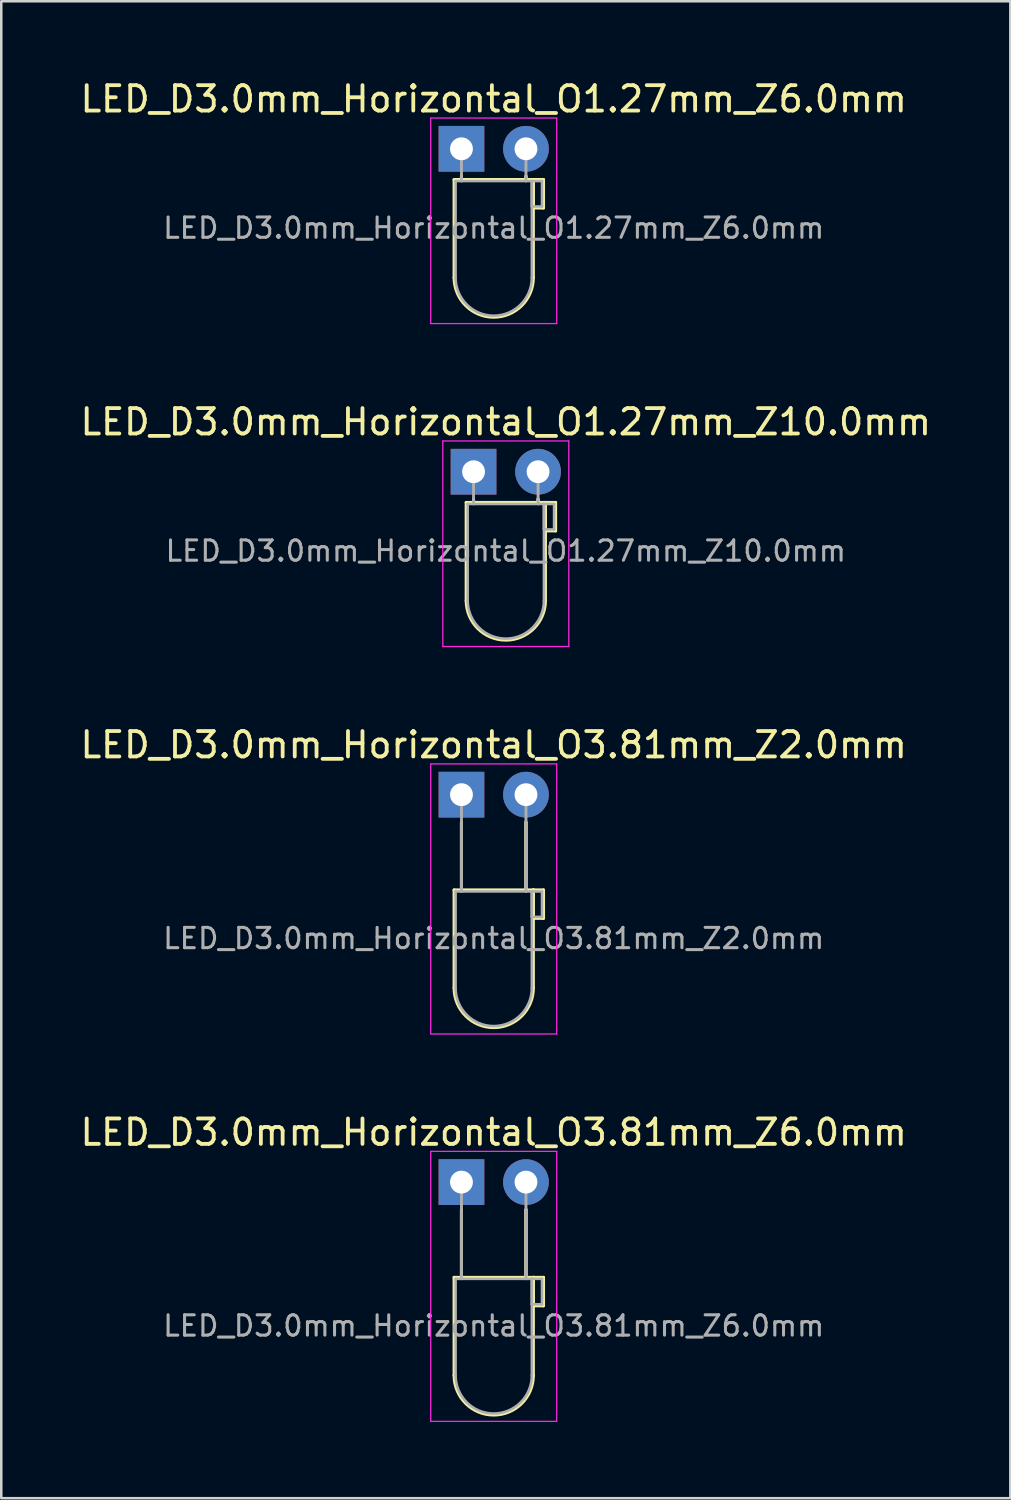
<source format=kicad_pcb>
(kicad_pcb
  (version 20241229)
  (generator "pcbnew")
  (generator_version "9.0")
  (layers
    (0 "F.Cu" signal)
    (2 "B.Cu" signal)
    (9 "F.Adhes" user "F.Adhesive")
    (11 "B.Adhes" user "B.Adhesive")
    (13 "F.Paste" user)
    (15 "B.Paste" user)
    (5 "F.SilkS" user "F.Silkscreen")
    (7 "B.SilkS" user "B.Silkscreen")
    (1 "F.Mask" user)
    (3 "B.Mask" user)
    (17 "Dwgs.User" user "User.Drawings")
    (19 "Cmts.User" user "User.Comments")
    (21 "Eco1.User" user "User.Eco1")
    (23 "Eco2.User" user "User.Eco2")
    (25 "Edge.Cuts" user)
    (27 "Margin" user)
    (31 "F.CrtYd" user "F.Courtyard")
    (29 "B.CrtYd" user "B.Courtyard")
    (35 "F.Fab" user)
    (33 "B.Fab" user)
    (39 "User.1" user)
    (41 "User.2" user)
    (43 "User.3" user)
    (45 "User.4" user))
  (footprint "LED_D3.0mm_Horizontal_O1.27mm_Z6.0mm"
    (layer "F.Cu")
    (at 15.117 2.808)
    (property "Reference" "LED_D3.0mm_Horizontal_O1.27mm_Z6.0mm" (at 1.27 -1.96 0) (layer "F.SilkS") (effects (font (size 1 1) (thickness 0.15))))
    (attr through_hole)
    (fp_line (start -0.29 1.21) (end -0.29 5.07) (stroke (width 0.12) (type solid)) (layer "F.SilkS"))
    (fp_line (start -0.29 1.21) (end 2.83 1.21) (stroke (width 0.12) (type solid)) (layer "F.SilkS"))
    (fp_line (start 0 1.08) (end 0 1.21) (stroke (width 0.12) (type solid)) (layer "F.SilkS"))
    (fp_line (start 0 1.21) (end 0 1.08) (stroke (width 0.12) (type solid)) (layer "F.SilkS"))
    (fp_line (start 2.54 1.08) (end 2.54 1.21) (stroke (width 0.12) (type solid)) (layer "F.SilkS"))
    (fp_line (start 2.54 1.21) (end 2.54 1.08) (stroke (width 0.12) (type solid)) (layer "F.SilkS"))
    (fp_line (start 2.83 1.21) (end 2.83 5.07) (stroke (width 0.12) (type solid)) (layer "F.SilkS"))
    (fp_line (start 2.83 1.21) (end 3.23 1.21) (stroke (width 0.12) (type solid)) (layer "F.SilkS"))
    (fp_line (start 2.83 2.33) (end 2.83 1.21) (stroke (width 0.12) (type solid)) (layer "F.SilkS"))
    (fp_line (start 3.23 1.21) (end 3.23 2.33) (stroke (width 0.12) (type solid)) (layer "F.SilkS"))
    (fp_line (start 3.23 2.33) (end 2.83 2.33) (stroke (width 0.12) (type solid)) (layer "F.SilkS"))
    (fp_arc (start 2.83 5.07) (mid 1.27 6.63) (end -0.29 5.07) (stroke (width 0.12) (type solid)) (layer "F.SilkS"))
    (fp_line (start -1.21 -1.21) (end -1.21 6.88) (stroke (width 0.05) (type solid)) (layer "F.CrtYd"))
    (fp_line (start -1.21 6.88) (end 3.75 6.88) (stroke (width 0.05) (type solid)) (layer "F.CrtYd"))
    (fp_line (start 3.75 -1.21) (end -1.21 -1.21) (stroke (width 0.05) (type solid)) (layer "F.CrtYd"))
    (fp_line (start 3.75 6.88) (end 3.75 -1.21) (stroke (width 0.05) (type solid)) (layer "F.CrtYd"))
    (fp_line (start -0.23 1.27) (end -0.23 5.07) (stroke (width 0.1) (type solid)) (layer "F.Fab"))
    (fp_line (start -0.23 1.27) (end 2.77 1.27) (stroke (width 0.1) (type solid)) (layer "F.Fab"))
    (fp_line (start 0 0) (end 0 1.27) (stroke (width 0.1) (type solid)) (layer "F.Fab"))
    (fp_line (start 0 1.27) (end 0 0) (stroke (width 0.1) (type solid)) (layer "F.Fab"))
    (fp_line (start 2.54 0) (end 2.54 1.27) (stroke (width 0.1) (type solid)) (layer "F.Fab"))
    (fp_line (start 2.54 1.27) (end 2.54 0) (stroke (width 0.1) (type solid)) (layer "F.Fab"))
    (fp_line (start 2.77 1.27) (end 2.77 5.07) (stroke (width 0.1) (type solid)) (layer "F.Fab"))
    (fp_line (start 2.77 1.27) (end 3.17 1.27) (stroke (width 0.1) (type solid)) (layer "F.Fab"))
    (fp_line (start 2.77 2.27) (end 2.77 1.27) (stroke (width 0.1) (type solid)) (layer "F.Fab"))
    (fp_line (start 3.17 1.27) (end 3.17 2.27) (stroke (width 0.1) (type solid)) (layer "F.Fab"))
    (fp_line (start 3.17 2.27) (end 2.77 2.27) (stroke (width 0.1) (type solid)) (layer "F.Fab"))
    (fp_arc (start 2.77 5.07) (mid 1.27 6.57) (end -0.23 5.07) (stroke (width 0.1) (type solid)) (layer "F.Fab"))
    (fp_text user "${REFERENCE}" (at 1.27 3.12 0) (layer "F.Fab") (effects (font (size 0.8 0.8) (thickness 0.12))))
    (pad "1" thru_hole rect (at 0 0) (size 1.8 1.8) (drill 0.9) (layers "*.Cu" "*.Mask"))
    (pad "2" thru_hole circle (at 2.54 0) (size 1.8 1.8) (drill 0.9) (layers "*.Cu" "*.Mask")))
  (footprint "LED_D3.0mm_Horizontal_O3.81mm_Z6.0mm"
    (layer "F.Cu")
    (at 15.117 43.488)
    (property "Reference" "LED_D3.0mm_Horizontal_O3.81mm_Z6.0mm" (at 1.27 -1.96 0) (layer "F.SilkS") (effects (font (size 1 1) (thickness 0.15))))
    (attr through_hole)
    (fp_line (start -0.29 3.75) (end -0.29 7.61) (stroke (width 0.12) (type solid)) (layer "F.SilkS"))
    (fp_line (start -0.29 3.75) (end 2.83 3.75) (stroke (width 0.12) (type solid)) (layer "F.SilkS"))
    (fp_line (start 0 1.08) (end 0 3.75) (stroke (width 0.12) (type solid)) (layer "F.SilkS"))
    (fp_line (start 0 3.75) (end 0 1.08) (stroke (width 0.12) (type solid)) (layer "F.SilkS"))
    (fp_line (start 2.54 1.08) (end 2.54 3.75) (stroke (width 0.12) (type solid)) (layer "F.SilkS"))
    (fp_line (start 2.54 3.75) (end 2.54 1.08) (stroke (width 0.12) (type solid)) (layer "F.SilkS"))
    (fp_line (start 2.83 3.75) (end 2.83 7.61) (stroke (width 0.12) (type solid)) (layer "F.SilkS"))
    (fp_line (start 2.83 3.75) (end 3.23 3.75) (stroke (width 0.12) (type solid)) (layer "F.SilkS"))
    (fp_line (start 2.83 4.87) (end 2.83 3.75) (stroke (width 0.12) (type solid)) (layer "F.SilkS"))
    (fp_line (start 3.23 3.75) (end 3.23 4.87) (stroke (width 0.12) (type solid)) (layer "F.SilkS"))
    (fp_line (start 3.23 4.87) (end 2.83 4.87) (stroke (width 0.12) (type solid)) (layer "F.SilkS"))
    (fp_arc (start 2.83 7.61) (mid 1.27 9.17) (end -0.29 7.61) (stroke (width 0.12) (type solid)) (layer "F.SilkS"))
    (fp_line (start -1.21 -1.21) (end -1.21 9.42) (stroke (width 0.05) (type solid)) (layer "F.CrtYd"))
    (fp_line (start -1.21 9.42) (end 3.75 9.42) (stroke (width 0.05) (type solid)) (layer "F.CrtYd"))
    (fp_line (start 3.75 -1.21) (end -1.21 -1.21) (stroke (width 0.05) (type solid)) (layer "F.CrtYd"))
    (fp_line (start 3.75 9.42) (end 3.75 -1.21) (stroke (width 0.05) (type solid)) (layer "F.CrtYd"))
    (fp_line (start -0.23 3.81) (end -0.23 7.61) (stroke (width 0.1) (type solid)) (layer "F.Fab"))
    (fp_line (start -0.23 3.81) (end 2.77 3.81) (stroke (width 0.1) (type solid)) (layer "F.Fab"))
    (fp_line (start 0 0) (end 0 3.81) (stroke (width 0.1) (type solid)) (layer "F.Fab"))
    (fp_line (start 0 3.81) (end 0 0) (stroke (width 0.1) (type solid)) (layer "F.Fab"))
    (fp_line (start 2.54 0) (end 2.54 3.81) (stroke (width 0.1) (type solid)) (layer "F.Fab"))
    (fp_line (start 2.54 3.81) (end 2.54 0) (stroke (width 0.1) (type solid)) (layer "F.Fab"))
    (fp_line (start 2.77 3.81) (end 2.77 7.61) (stroke (width 0.1) (type solid)) (layer "F.Fab"))
    (fp_line (start 2.77 3.81) (end 3.17 3.81) (stroke (width 0.1) (type solid)) (layer "F.Fab"))
    (fp_line (start 2.77 4.81) (end 2.77 3.81) (stroke (width 0.1) (type solid)) (layer "F.Fab"))
    (fp_line (start 3.17 3.81) (end 3.17 4.81) (stroke (width 0.1) (type solid)) (layer "F.Fab"))
    (fp_line (start 3.17 4.81) (end 2.77 4.81) (stroke (width 0.1) (type solid)) (layer "F.Fab"))
    (fp_arc (start 2.77 7.61) (mid 1.27 9.11) (end -0.23 7.61) (stroke (width 0.1) (type solid)) (layer "F.Fab"))
    (fp_text user "${REFERENCE}" (at 1.27 5.66 0) (layer "F.Fab") (effects (font (size 0.8 0.8) (thickness 0.12))))
    (pad "1" thru_hole rect (at 0 0) (size 1.8 1.8) (drill 0.9) (layers "*.Cu" "*.Mask"))
    (pad "2" thru_hole circle (at 2.54 0) (size 1.8 1.8) (drill 0.9) (layers "*.Cu" "*.Mask")))
  (footprint "LED_D3.0mm_Horizontal_O3.81mm_Z2.0mm"
    (layer "F.Cu")
    (at 15.117 28.235)
    (property "Reference" "LED_D3.0mm_Horizontal_O3.81mm_Z2.0mm" (at 1.27 -1.96 0) (layer "F.SilkS") (effects (font (size 1 1) (thickness 0.15))))
    (attr through_hole)
    (fp_line (start -0.29 3.75) (end -0.29 7.61) (stroke (width 0.12) (type solid)) (layer "F.SilkS"))
    (fp_line (start -0.29 3.75) (end 2.83 3.75) (stroke (width 0.12) (type solid)) (layer "F.SilkS"))
    (fp_line (start 0 1.08) (end 0 3.75) (stroke (width 0.12) (type solid)) (layer "F.SilkS"))
    (fp_line (start 0 3.75) (end 0 1.08) (stroke (width 0.12) (type solid)) (layer "F.SilkS"))
    (fp_line (start 2.54 1.08) (end 2.54 3.75) (stroke (width 0.12) (type solid)) (layer "F.SilkS"))
    (fp_line (start 2.54 3.75) (end 2.54 1.08) (stroke (width 0.12) (type solid)) (layer "F.SilkS"))
    (fp_line (start 2.83 3.75) (end 2.83 7.61) (stroke (width 0.12) (type solid)) (layer "F.SilkS"))
    (fp_line (start 2.83 3.75) (end 3.23 3.75) (stroke (width 0.12) (type solid)) (layer "F.SilkS"))
    (fp_line (start 2.83 4.87) (end 2.83 3.75) (stroke (width 0.12) (type solid)) (layer "F.SilkS"))
    (fp_line (start 3.23 3.75) (end 3.23 4.87) (stroke (width 0.12) (type solid)) (layer "F.SilkS"))
    (fp_line (start 3.23 4.87) (end 2.83 4.87) (stroke (width 0.12) (type solid)) (layer "F.SilkS"))
    (fp_arc (start 2.83 7.61) (mid 1.27 9.17) (end -0.29 7.61) (stroke (width 0.12) (type solid)) (layer "F.SilkS"))
    (fp_line (start -1.21 -1.21) (end -1.21 9.42) (stroke (width 0.05) (type solid)) (layer "F.CrtYd"))
    (fp_line (start -1.21 9.42) (end 3.75 9.42) (stroke (width 0.05) (type solid)) (layer "F.CrtYd"))
    (fp_line (start 3.75 -1.21) (end -1.21 -1.21) (stroke (width 0.05) (type solid)) (layer "F.CrtYd"))
    (fp_line (start 3.75 9.42) (end 3.75 -1.21) (stroke (width 0.05) (type solid)) (layer "F.CrtYd"))
    (fp_line (start -0.23 3.81) (end -0.23 7.61) (stroke (width 0.1) (type solid)) (layer "F.Fab"))
    (fp_line (start -0.23 3.81) (end 2.77 3.81) (stroke (width 0.1) (type solid)) (layer "F.Fab"))
    (fp_line (start 0 0) (end 0 3.81) (stroke (width 0.1) (type solid)) (layer "F.Fab"))
    (fp_line (start 0 3.81) (end 0 0) (stroke (width 0.1) (type solid)) (layer "F.Fab"))
    (fp_line (start 2.54 0) (end 2.54 3.81) (stroke (width 0.1) (type solid)) (layer "F.Fab"))
    (fp_line (start 2.54 3.81) (end 2.54 0) (stroke (width 0.1) (type solid)) (layer "F.Fab"))
    (fp_line (start 2.77 3.81) (end 2.77 7.61) (stroke (width 0.1) (type solid)) (layer "F.Fab"))
    (fp_line (start 2.77 3.81) (end 3.17 3.81) (stroke (width 0.1) (type solid)) (layer "F.Fab"))
    (fp_line (start 2.77 4.81) (end 2.77 3.81) (stroke (width 0.1) (type solid)) (layer "F.Fab"))
    (fp_line (start 3.17 3.81) (end 3.17 4.81) (stroke (width 0.1) (type solid)) (layer "F.Fab"))
    (fp_line (start 3.17 4.81) (end 2.77 4.81) (stroke (width 0.1) (type solid)) (layer "F.Fab"))
    (fp_arc (start 2.77 7.61) (mid 1.27 9.11) (end -0.23 7.61) (stroke (width 0.1) (type solid)) (layer "F.Fab"))
    (fp_text user "${REFERENCE}" (at 1.27 5.66 0) (layer "F.Fab") (effects (font (size 0.8 0.8) (thickness 0.12))))
    (pad "1" thru_hole rect (at 0 0) (size 1.8 1.8) (drill 0.9) (layers "*.Cu" "*.Mask"))
    (pad "2" thru_hole circle (at 2.54 0) (size 1.8 1.8) (drill 0.9) (layers "*.Cu" "*.Mask")))
  (footprint "LED_D3.0mm_Horizontal_O1.27mm_Z10.0mm"
    (layer "F.Cu")
    (at 15.593 15.521)
    (property "Reference" "LED_D3.0mm_Horizontal_O1.27mm_Z10.0mm" (at 1.27 -1.96 0) (layer "F.SilkS") (effects (font (size 1 1) (thickness 0.15))))
    (attr through_hole)
    (fp_line (start -0.29 1.21) (end -0.29 5.07) (stroke (width 0.12) (type solid)) (layer "F.SilkS"))
    (fp_line (start -0.29 1.21) (end 2.83 1.21) (stroke (width 0.12) (type solid)) (layer "F.SilkS"))
    (fp_line (start 0 1.08) (end 0 1.21) (stroke (width 0.12) (type solid)) (layer "F.SilkS"))
    (fp_line (start 0 1.21) (end 0 1.08) (stroke (width 0.12) (type solid)) (layer "F.SilkS"))
    (fp_line (start 2.54 1.08) (end 2.54 1.21) (stroke (width 0.12) (type solid)) (layer "F.SilkS"))
    (fp_line (start 2.54 1.21) (end 2.54 1.08) (stroke (width 0.12) (type solid)) (layer "F.SilkS"))
    (fp_line (start 2.83 1.21) (end 2.83 5.07) (stroke (width 0.12) (type solid)) (layer "F.SilkS"))
    (fp_line (start 2.83 1.21) (end 3.23 1.21) (stroke (width 0.12) (type solid)) (layer "F.SilkS"))
    (fp_line (start 2.83 2.33) (end 2.83 1.21) (stroke (width 0.12) (type solid)) (layer "F.SilkS"))
    (fp_line (start 3.23 1.21) (end 3.23 2.33) (stroke (width 0.12) (type solid)) (layer "F.SilkS"))
    (fp_line (start 3.23 2.33) (end 2.83 2.33) (stroke (width 0.12) (type solid)) (layer "F.SilkS"))
    (fp_arc (start 2.83 5.07) (mid 1.27 6.63) (end -0.29 5.07) (stroke (width 0.12) (type solid)) (layer "F.SilkS"))
    (fp_line (start -1.21 -1.21) (end -1.21 6.88) (stroke (width 0.05) (type solid)) (layer "F.CrtYd"))
    (fp_line (start -1.21 6.88) (end 3.75 6.88) (stroke (width 0.05) (type solid)) (layer "F.CrtYd"))
    (fp_line (start 3.75 -1.21) (end -1.21 -1.21) (stroke (width 0.05) (type solid)) (layer "F.CrtYd"))
    (fp_line (start 3.75 6.88) (end 3.75 -1.21) (stroke (width 0.05) (type solid)) (layer "F.CrtYd"))
    (fp_line (start -0.23 1.27) (end -0.23 5.07) (stroke (width 0.1) (type solid)) (layer "F.Fab"))
    (fp_line (start -0.23 1.27) (end 2.77 1.27) (stroke (width 0.1) (type solid)) (layer "F.Fab"))
    (fp_line (start 0 0) (end 0 1.27) (stroke (width 0.1) (type solid)) (layer "F.Fab"))
    (fp_line (start 0 1.27) (end 0 0) (stroke (width 0.1) (type solid)) (layer "F.Fab"))
    (fp_line (start 2.54 0) (end 2.54 1.27) (stroke (width 0.1) (type solid)) (layer "F.Fab"))
    (fp_line (start 2.54 1.27) (end 2.54 0) (stroke (width 0.1) (type solid)) (layer "F.Fab"))
    (fp_line (start 2.77 1.27) (end 2.77 5.07) (stroke (width 0.1) (type solid)) (layer "F.Fab"))
    (fp_line (start 2.77 1.27) (end 3.17 1.27) (stroke (width 0.1) (type solid)) (layer "F.Fab"))
    (fp_line (start 2.77 2.27) (end 2.77 1.27) (stroke (width 0.1) (type solid)) (layer "F.Fab"))
    (fp_line (start 3.17 1.27) (end 3.17 2.27) (stroke (width 0.1) (type solid)) (layer "F.Fab"))
    (fp_line (start 3.17 2.27) (end 2.77 2.27) (stroke (width 0.1) (type solid)) (layer "F.Fab"))
    (fp_arc (start 2.77 5.07) (mid 1.27 6.57) (end -0.23 5.07) (stroke (width 0.1) (type solid)) (layer "F.Fab"))
    (fp_text user "${REFERENCE}" (at 1.27 3.12 0) (layer "F.Fab") (effects (font (size 0.8 0.8) (thickness 0.12))))
    (pad "1" thru_hole rect (at 0 0) (size 1.8 1.8) (drill 0.9) (layers "*.Cu" "*.Mask"))
    (pad "2" thru_hole circle (at 2.54 0) (size 1.8 1.8) (drill 0.9) (layers "*.Cu" "*.Mask")))
  (gr_rect
    (start -3 -3)
    (end 36.726 55.933)
    (stroke (width 0.1) (type default))
    (fill no)
    (layer "Edge.Cuts")))
</source>
